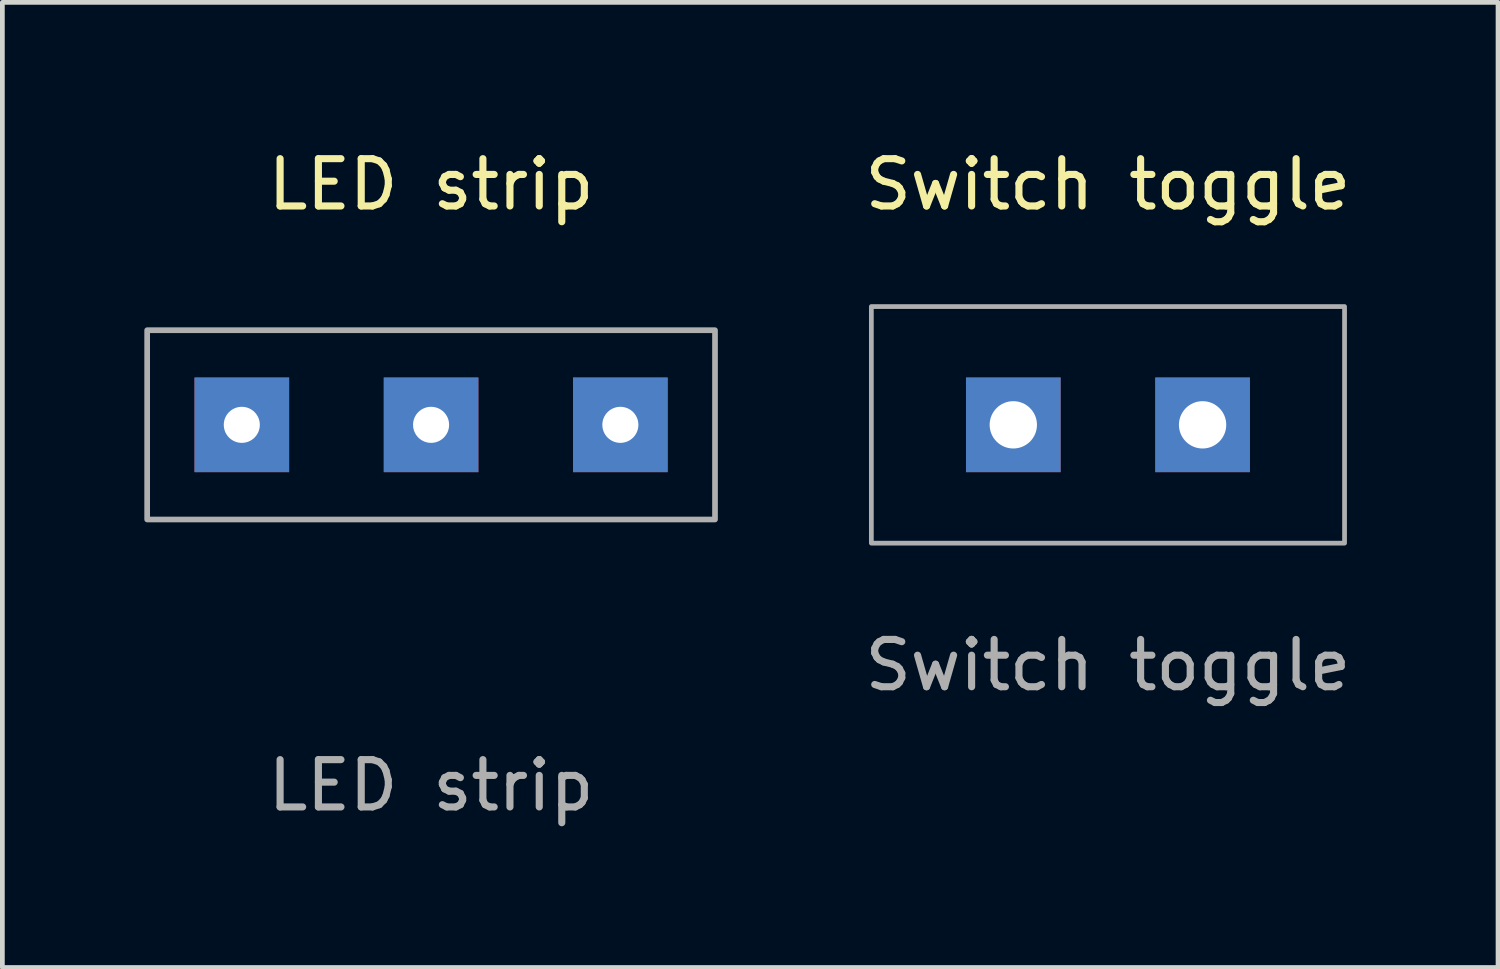
<source format=kicad_pcb>
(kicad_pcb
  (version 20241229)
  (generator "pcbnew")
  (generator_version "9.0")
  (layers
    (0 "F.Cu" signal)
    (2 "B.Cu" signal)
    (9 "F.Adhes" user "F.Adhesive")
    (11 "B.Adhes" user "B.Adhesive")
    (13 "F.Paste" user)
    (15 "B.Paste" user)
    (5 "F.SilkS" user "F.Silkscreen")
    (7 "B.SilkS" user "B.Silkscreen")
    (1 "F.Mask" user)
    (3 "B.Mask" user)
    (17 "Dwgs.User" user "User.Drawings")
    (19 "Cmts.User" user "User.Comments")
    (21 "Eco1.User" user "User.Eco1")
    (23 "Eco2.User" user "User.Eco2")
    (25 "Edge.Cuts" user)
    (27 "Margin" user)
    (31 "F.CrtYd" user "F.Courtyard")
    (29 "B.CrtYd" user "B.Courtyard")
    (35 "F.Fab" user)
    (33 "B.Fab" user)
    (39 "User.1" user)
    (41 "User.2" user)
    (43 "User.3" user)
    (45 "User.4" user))
  (footprint "LED strip"
    (layer "F.Cu")
    (at 6.06 5.928)
    (property "Reference" "LED strip" (at 0 -5.08 0) (unlocked yes) (layer "F.SilkS") (effects (font (size 1 1) (thickness 0.15))))
    (attr smd)
    (fp_rect (start -6 -2) (end 6 2) (stroke (width 0.12) (type solid)) (fill no) (layer "F.Fab"))
    (fp_text user "${REFERENCE}" (at 0 7.62 0) (unlocked yes) (layer "F.Fab") (effects (font (size 1 1) (thickness 0.15))))
    (pad "1" thru_hole rect (at -4 0) (size 2 2) (drill 0.762) (layers "*.Cu" "*.Mask"))
    (pad "2" thru_hole rect (at 0 0) (size 2 2) (drill 0.762) (layers "*.Cu" "*.Mask"))
    (pad "3" thru_hole rect (at 4 0) (size 2 2) (drill 0.762) (layers "*.Cu" "*.Mask")))
  (footprint "Switch toggle"
    (layer "F.Cu")
    (at 20.364 5.928)
    (property "Reference" "Switch toggle" (at 0 -5.08 0) (unlocked yes) (layer "F.SilkS") (effects (font (size 1 1) (thickness 0.15))))
    (attr through_hole)
    (fp_rect (start -5 -2.5) (end 5 2.5) (stroke (width 0.1) (type solid)) (fill no) (layer "F.Fab"))
    (fp_text user "${REFERENCE}" (at 0 5.08 0) (unlocked yes) (layer "F.Fab") (effects (font (size 1 1) (thickness 0.15))))
    (pad "1" thru_hole rect (at -2 0 90) (size 2 2) (drill 1) (layers "*.Cu" "*.Mask"))
    (pad "2" thru_hole rect (at 2 0 90) (size 2 2) (drill 1) (layers "*.Cu" "*.Mask")))
  (gr_rect
    (start -3 -3)
    (end 28.608 17.396)
    (stroke (width 0.1) (type default))
    (fill no)
    (layer "Edge.Cuts")))
</source>
